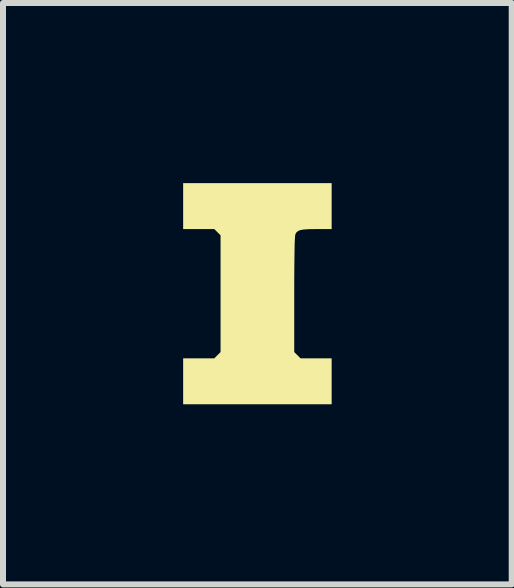
<source format=kicad_pcb>
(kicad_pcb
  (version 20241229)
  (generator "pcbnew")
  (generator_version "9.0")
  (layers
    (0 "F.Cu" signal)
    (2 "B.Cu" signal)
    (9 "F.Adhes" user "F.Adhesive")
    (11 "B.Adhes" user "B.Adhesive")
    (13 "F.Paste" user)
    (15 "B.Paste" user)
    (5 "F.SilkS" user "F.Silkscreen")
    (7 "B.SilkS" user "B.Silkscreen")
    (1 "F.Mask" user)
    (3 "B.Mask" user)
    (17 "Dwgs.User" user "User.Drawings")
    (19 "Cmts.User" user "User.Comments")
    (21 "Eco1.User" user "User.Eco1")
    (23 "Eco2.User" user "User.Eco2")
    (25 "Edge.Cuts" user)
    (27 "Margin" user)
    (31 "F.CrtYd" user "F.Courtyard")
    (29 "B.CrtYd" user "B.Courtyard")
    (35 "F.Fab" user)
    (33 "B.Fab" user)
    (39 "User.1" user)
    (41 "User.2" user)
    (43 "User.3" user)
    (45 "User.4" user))
  (footprint "I"
    (layer "F.Cu")
    (at 1.281 1.832)
    (property "Reference" "I" (at 0 0 0) (layer "F.SilkS") (effects (font (size 1.5 1.5) (thickness 0.3))))
    (attr board_only exclude_from_pos_files exclude_from_bom)
    (fp_poly (pts (xy 1.192 -1.45) (xy 1.192 -1.067) (xy 0.944 -1.067) (xy 0.826 -1.066) (xy 0.739 -1.061) (xy 0.677 -1.052) (xy 0.635 -1.036) (xy 0.607 -1.014) (xy 0.589 -0.984) (xy 0.584 -0.959) (xy 0.58 -0.905) (xy 0.576 -0.821) (xy 0.574 -0.707) (xy 0.572 -0.56) (xy 0.57 -0.382) (xy 0.569 -0.169) (xy 0.569 0.02) (xy 0.569 0.981) (xy 0.621 1.033) (xy 0.673 1.085) (xy 0.932 1.085) (xy 1.192 1.085) (xy 1.192 1.467) (xy 1.192 1.85) (xy -0.044 1.85) (xy -1.281 1.85) (xy -1.281 1.467) (xy -1.281 1.085) (xy -1.021 1.085) (xy -0.762 1.085) (xy -0.71 1.033) (xy -0.658 0.981) (xy -0.658 0.009) (xy -0.658 -0.963) (xy -0.71 -1.015) (xy -0.762 -1.067) (xy -1.021 -1.067) (xy -1.281 -1.067) (xy -1.281 -1.45) (xy -1.281 -1.832) (xy -0.044 -1.832) (xy 1.192 -1.832)) (stroke (width 0) (type solid)) (fill yes) (layer "F.SilkS")))
  (gr_rect
    (start -3 -3)
    (end 5.472 6.682)
    (stroke (width 0.1) (type default))
    (fill no)
    (layer "Edge.Cuts")))
</source>
